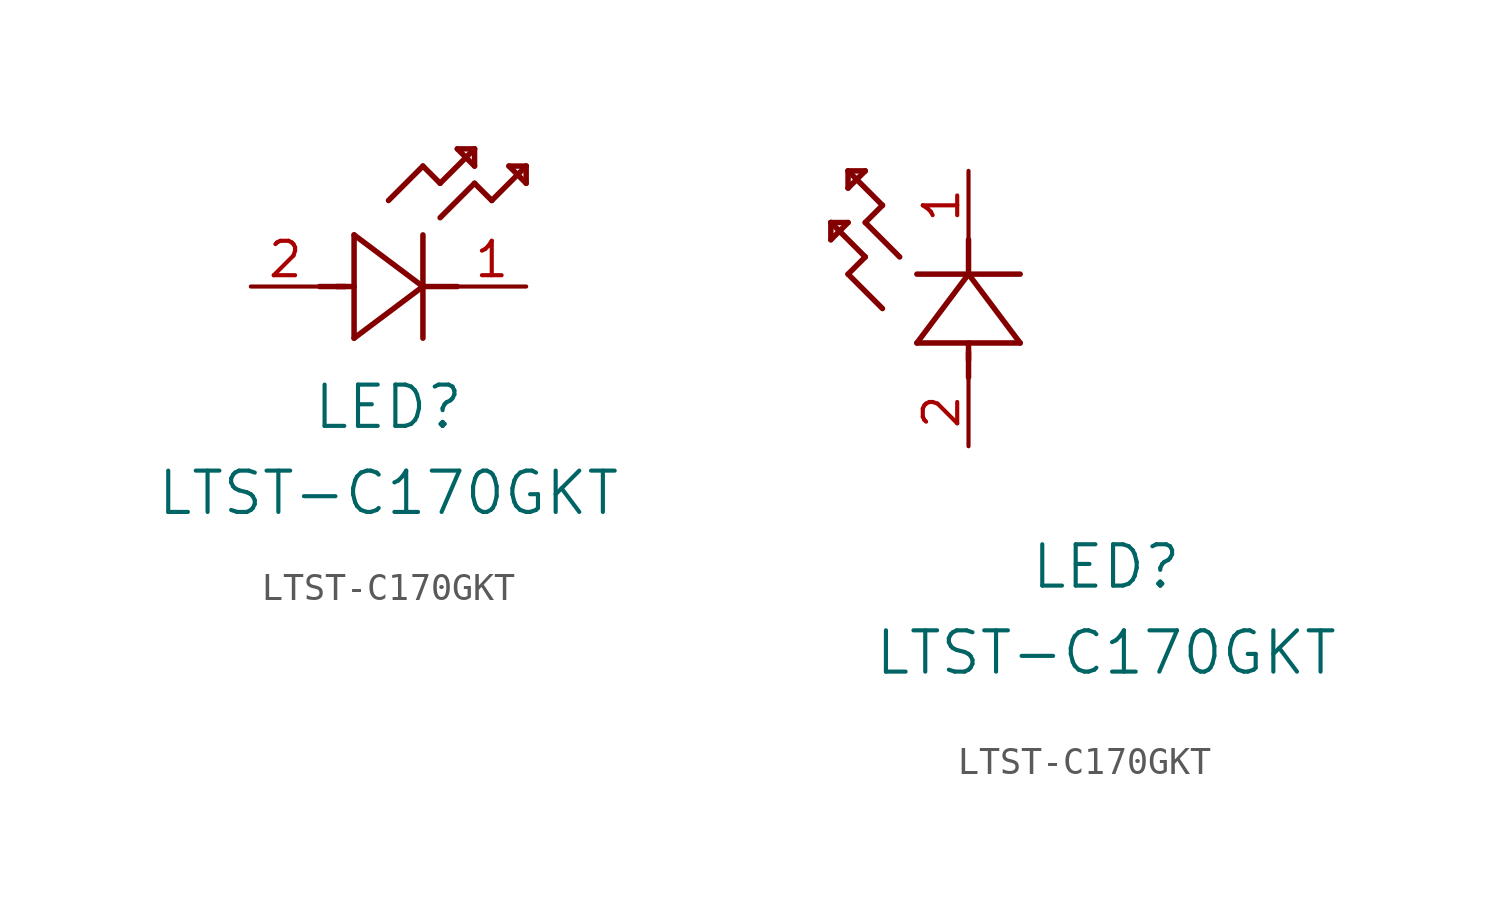
<source format=kicad_sym>
(kicad_symbol_lib
  (version 20211014)
  (generator kicad_symbol_editor)
  (symbol "LTST-C170GKT"
    (pin_names
      (offset 0.254))
    (property "Reference" "LED"
      (at 5.08 -4.445 0)
      (effects (font (size 1.524 1.524))))
    (property "Value" "LTST-C170GKT"
      (at 5.08 -7.62 0)
      (effects (font (size 1.524 1.524))))
    (symbol "LTST-C170GKT_1_1"
      (polyline (pts (xy 2.54 0) (xy 3.48 0)) (stroke (width 0.203) (type default) (color 0 0 0 0)) (fill (type none)))
      (polyline (pts (xy 3.81 1.905) (xy 3.81 -1.905)) (stroke (width 0.203) (type default) (color 0 0 0 0)) (fill (type none)))
      (polyline (pts (xy 3.175 0) (xy 3.81 0)) (stroke (width 0.203) (type default) (color 0 0 0 0)) (fill (type none)))
      (polyline (pts (xy 6.35 -1.905) (xy 6.35 1.905)) (stroke (width 0.203) (type default) (color 0 0 0 0)) (fill (type none)))
      (polyline (pts (xy 6.35 0) (xy 7.62 0)) (stroke (width 0.203) (type default) (color 0 0 0 0)) (fill (type none)))
      (polyline (pts (xy 6.35 4.445) (xy 6.985 3.81)) (stroke (width 0.203) (type default) (color 0 0 0 0)) (fill (type none)))
      (polyline (pts (xy 6.985 3.81) (xy 8.255 5.08)) (stroke (width 0.203) (type default) (color 0 0 0 0)) (fill (type none)))
      (polyline (pts (xy 8.255 3.81) (xy 8.89 3.175)) (stroke (width 0.203) (type default) (color 0 0 0 0)) (fill (type none)))
      (polyline (pts (xy 8.89 3.175) (xy 10.16 4.445)) (stroke (width 0.203) (type default) (color 0 0 0 0)) (fill (type none)))
      (polyline (pts (xy 8.255 5.08) (xy 7.62 5.08)) (stroke (width 0.203) (type default) (color 0 0 0 0)) (fill (type none)))
      (polyline (pts (xy 7.62 5.08) (xy 8.255 4.445)) (stroke (width 0.203) (type default) (color 0 0 0 0)) (fill (type none)))
      (polyline (pts (xy 8.255 4.445) (xy 8.255 5.08)) (stroke (width 0.203) (type default) (color 0 0 0 0)) (fill (type none)))
      (polyline (pts (xy 10.16 4.445) (xy 9.525 4.445)) (stroke (width 0.203) (type default) (color 0 0 0 0)) (fill (type none)))
      (polyline (pts (xy 9.525 4.445) (xy 10.16 3.81)) (stroke (width 0.203) (type default) (color 0 0 0 0)) (fill (type none)))
      (polyline (pts (xy 10.16 3.81) (xy 10.16 4.445)) (stroke (width 0.203) (type default) (color 0 0 0 0)) (fill (type none)))
      (polyline (pts (xy 6.985 2.54) (xy 8.255 3.81)) (stroke (width 0.203) (type default) (color 0 0 0 0)) (fill (type none)))
      (polyline (pts (xy 6.35 0) (xy 3.81 1.905)) (stroke (width 0.203) (type default) (color 0 0 0 0)) (fill (type none)))
      (polyline (pts (xy 3.81 -1.905) (xy 6.35 0)) (stroke (width 0.203) (type default) (color 0 0 0 0)) (fill (type none)))
      (polyline (pts (xy 5.08 3.175) (xy 6.35 4.445)) (stroke (width 0.203) (type default) (color 0 0 0 0)) (fill (type none)))
      (pin unspecified line (at 10.16 0 180) (length 2.54) (name "" (effects (font (size 1.27 1.27)))) (number "1" (effects (font (size 1.27 1.27)))))
      (pin unspecified line (at 0 0 0) (length 2.54) (name "" (effects (font (size 1.27 1.27)))) (number "2" (effects (font (size 1.27 1.27))))))
    (symbol "LTST-C170GKT_1_2"
      (polyline (pts (xy 0 2.54) (xy 0 3.48)) (stroke (width 0.203) (type default) (color 0 0 0 0)) (fill (type none)))
      (polyline (pts (xy -1.905 3.81) (xy 1.905 3.81)) (stroke (width 0.203) (type default) (color 0 0 0 0)) (fill (type none)))
      (polyline (pts (xy 0 3.175) (xy 0 3.81)) (stroke (width 0.203) (type default) (color 0 0 0 0)) (fill (type none)))
      (polyline (pts (xy 1.905 6.35) (xy -1.905 6.35)) (stroke (width 0.203) (type default) (color 0 0 0 0)) (fill (type none)))
      (polyline (pts (xy 0 6.35) (xy 0 7.62)) (stroke (width 0.203) (type default) (color 0 0 0 0)) (fill (type none)))
      (polyline (pts (xy 0 6.35) (xy -1.905 3.81)) (stroke (width 0.203) (type default) (color 0 0 0 0)) (fill (type none)))
      (polyline (pts (xy 1.905 3.81) (xy 0 6.35)) (stroke (width 0.203) (type default) (color 0 0 0 0)) (fill (type none)))
      (polyline (pts (xy -4.445 6.35) (xy -3.81 6.985)) (stroke (width 0.203) (type default) (color 0 0 0 0)) (fill (type none)))
      (polyline (pts (xy -2.54 6.985) (xy -3.81 8.255)) (stroke (width 0.203) (type default) (color 0 0 0 0)) (fill (type none)))
      (polyline (pts (xy -3.175 5.08) (xy -4.445 6.35)) (stroke (width 0.203) (type default) (color 0 0 0 0)) (fill (type none)))
      (polyline (pts (xy -4.445 10.16) (xy -4.445 9.525)) (stroke (width 0.203) (type default) (color 0 0 0 0)) (fill (type none)))
      (polyline (pts (xy -4.445 9.525) (xy -3.81 10.16)) (stroke (width 0.203) (type default) (color 0 0 0 0)) (fill (type none)))
      (polyline (pts (xy -3.81 10.16) (xy -4.445 10.16)) (stroke (width 0.203) (type default) (color 0 0 0 0)) (fill (type none)))
      (polyline (pts (xy -3.81 8.255) (xy -3.175 8.89)) (stroke (width 0.203) (type default) (color 0 0 0 0)) (fill (type none)))
      (polyline (pts (xy -3.175 8.89) (xy -4.445 10.16)) (stroke (width 0.203) (type default) (color 0 0 0 0)) (fill (type none)))
      (polyline (pts (xy -3.81 6.985) (xy -5.08 8.255)) (stroke (width 0.203) (type default) (color 0 0 0 0)) (fill (type none)))
      (polyline (pts (xy -5.08 8.255) (xy -5.08 7.62)) (stroke (width 0.203) (type default) (color 0 0 0 0)) (fill (type none)))
      (polyline (pts (xy -5.08 7.62) (xy -4.445 8.255)) (stroke (width 0.203) (type default) (color 0 0 0 0)) (fill (type none)))
      (polyline (pts (xy -4.445 8.255) (xy -5.08 8.255)) (stroke (width 0.203) (type default) (color 0 0 0 0)) (fill (type none)))
      (pin unspecified line (at 0 10.16 270) (length 2.54) (name "" (effects (font (size 1.27 1.27)))) (number "1" (effects (font (size 1.27 1.27)))))
      (pin unspecified line (at 0 0 90) (length 2.54) (name "" (effects (font (size 1.27 1.27)))) (number "2" (effects (font (size 1.27 1.27))))))))
</source>
